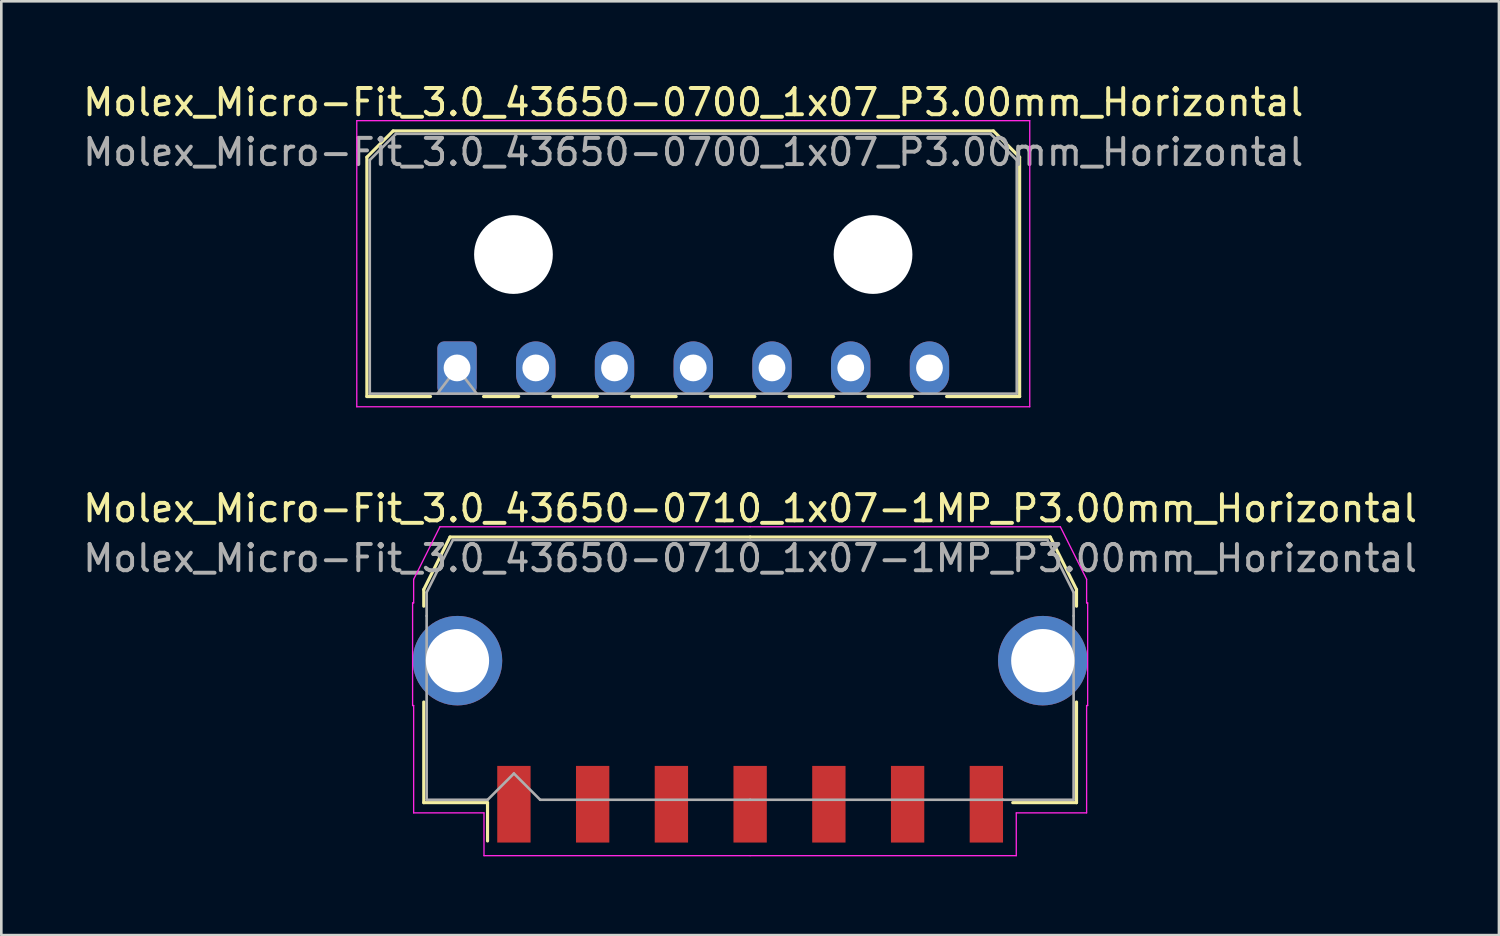
<source format=kicad_pcb>
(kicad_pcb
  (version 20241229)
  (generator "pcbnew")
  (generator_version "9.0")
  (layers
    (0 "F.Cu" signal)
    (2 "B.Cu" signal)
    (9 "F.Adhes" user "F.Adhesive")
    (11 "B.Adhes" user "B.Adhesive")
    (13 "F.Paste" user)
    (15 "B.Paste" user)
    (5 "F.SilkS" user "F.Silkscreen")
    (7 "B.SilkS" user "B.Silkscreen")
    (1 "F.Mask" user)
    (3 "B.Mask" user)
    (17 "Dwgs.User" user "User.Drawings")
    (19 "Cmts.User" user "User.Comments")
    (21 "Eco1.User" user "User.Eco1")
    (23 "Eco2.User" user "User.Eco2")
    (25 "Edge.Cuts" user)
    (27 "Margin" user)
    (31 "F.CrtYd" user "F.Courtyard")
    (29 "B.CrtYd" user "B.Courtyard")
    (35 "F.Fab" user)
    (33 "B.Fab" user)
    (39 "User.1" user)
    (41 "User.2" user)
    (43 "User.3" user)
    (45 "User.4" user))
  (footprint "Molex_Micro-Fit_3.0_43650-0710_1x07-1MP_P3.00mm_Horizontal"
    (layer "F.Cu")
    (at 25.53 22.471)
    (property "Reference" "Molex_Micro-Fit_3.0_43650-0710_1x07-1MP_P3.00mm_Horizontal" (at 0 -6.15 0) (layer "F.SilkS") (effects (font (size 1 1) (thickness 0.15))))
    (attr smd)
    (fp_line (start -12.435 -3.06) (end -12.435 -2.425) (stroke (width 0.12) (type solid)) (layer "F.SilkS"))
    (fp_line (start -12.435 1.225) (end -12.435 5.06) (stroke (width 0.12) (type solid)) (layer "F.SilkS"))
    (fp_line (start -12.435 5.06) (end -10.005 5.06) (stroke (width 0.12) (type solid)) (layer "F.SilkS"))
    (fp_line (start -11.435 -5.06) (end -12.435 -3.06) (stroke (width 0.12) (type solid)) (layer "F.SilkS"))
    (fp_line (start -10.005 5.06) (end -10.005 6.52) (stroke (width 0.12) (type solid)) (layer "F.SilkS"))
    (fp_line (start 0 -5.06) (end -11.435 -5.06) (stroke (width 0.12) (type solid)) (layer "F.SilkS"))
    (fp_line (start 0 -5.06) (end 11.435 -5.06) (stroke (width 0.12) (type solid)) (layer "F.SilkS"))
    (fp_line (start 11.435 -5.06) (end 12.435 -3.06) (stroke (width 0.12) (type solid)) (layer "F.SilkS"))
    (fp_line (start 12.435 -3.06) (end 12.435 -2.425) (stroke (width 0.12) (type solid)) (layer "F.SilkS"))
    (fp_line (start 12.435 1.225) (end 12.435 5.06) (stroke (width 0.12) (type solid)) (layer "F.SilkS"))
    (fp_line (start 12.435 5.06) (end 10.005 5.06) (stroke (width 0.12) (type solid)) (layer "F.SilkS"))
    (fp_line (start -12.86 -2.55) (end -12.86 1.36) (stroke (width 0.05) (type solid)) (layer "F.CrtYd"))
    (fp_line (start -12.86 1.36) (end -12.82 1.36) (stroke (width 0.05) (type solid)) (layer "F.CrtYd"))
    (fp_line (start -12.82 -3.45) (end -12.82 -2.55) (stroke (width 0.05) (type solid)) (layer "F.CrtYd"))
    (fp_line (start -12.82 -2.55) (end -12.86 -2.55) (stroke (width 0.05) (type solid)) (layer "F.CrtYd"))
    (fp_line (start -12.82 1.36) (end -12.82 5.45) (stroke (width 0.05) (type solid)) (layer "F.CrtYd"))
    (fp_line (start -12.82 5.45) (end -10.14 5.45) (stroke (width 0.05) (type solid)) (layer "F.CrtYd"))
    (fp_line (start -11.82 -5.45) (end -12.82 -3.45) (stroke (width 0.05) (type solid)) (layer "F.CrtYd"))
    (fp_line (start -10.14 5.45) (end -10.14 7.08) (stroke (width 0.05) (type solid)) (layer "F.CrtYd"))
    (fp_line (start -10.14 7.08) (end 0 7.08) (stroke (width 0.05) (type solid)) (layer "F.CrtYd"))
    (fp_line (start 0 -5.45) (end -11.82 -5.45) (stroke (width 0.05) (type solid)) (layer "F.CrtYd"))
    (fp_line (start 0 -5.45) (end 11.82 -5.45) (stroke (width 0.05) (type solid)) (layer "F.CrtYd"))
    (fp_line (start 10.14 5.45) (end 10.14 7.08) (stroke (width 0.05) (type solid)) (layer "F.CrtYd"))
    (fp_line (start 10.14 7.08) (end 0 7.08) (stroke (width 0.05) (type solid)) (layer "F.CrtYd"))
    (fp_line (start 11.82 -5.45) (end 12.82 -3.45) (stroke (width 0.05) (type solid)) (layer "F.CrtYd"))
    (fp_line (start 12.82 -3.45) (end 12.82 -2.55) (stroke (width 0.05) (type solid)) (layer "F.CrtYd"))
    (fp_line (start 12.82 -2.55) (end 12.86 -2.55) (stroke (width 0.05) (type solid)) (layer "F.CrtYd"))
    (fp_line (start 12.82 1.36) (end 12.82 5.45) (stroke (width 0.05) (type solid)) (layer "F.CrtYd"))
    (fp_line (start 12.82 5.45) (end 10.14 5.45) (stroke (width 0.05) (type solid)) (layer "F.CrtYd"))
    (fp_line (start 12.86 -2.55) (end 12.86 1.36) (stroke (width 0.05) (type solid)) (layer "F.CrtYd"))
    (fp_line (start 12.86 1.36) (end 12.82 1.36) (stroke (width 0.05) (type solid)) (layer "F.CrtYd"))
    (fp_line (start -12.325 -2.95) (end -12.325 -2.055) (stroke (width 0.1) (type solid)) (layer "F.Fab"))
    (fp_line (start -12.325 -2.055) (end -12.325 4.95) (stroke (width 0.1) (type solid)) (layer "F.Fab"))
    (fp_line (start -12.325 4.95) (end -10 4.95) (stroke (width 0.1) (type solid)) (layer "F.Fab"))
    (fp_line (start -11.325 -4.95) (end -12.325 -2.95) (stroke (width 0.1) (type solid)) (layer "F.Fab"))
    (fp_line (start -10 4.95) (end -9 3.95) (stroke (width 0.1) (type solid)) (layer "F.Fab"))
    (fp_line (start -9 3.95) (end -8 4.95) (stroke (width 0.1) (type solid)) (layer "F.Fab"))
    (fp_line (start -8 4.95) (end 0 4.95) (stroke (width 0.1) (type solid)) (layer "F.Fab"))
    (fp_line (start 0 -4.95) (end -11.325 -4.95) (stroke (width 0.1) (type solid)) (layer "F.Fab"))
    (fp_line (start 0 -4.95) (end 11.325 -4.95) (stroke (width 0.1) (type solid)) (layer "F.Fab"))
    (fp_line (start 9.635 4.95) (end 0 4.95) (stroke (width 0.1) (type solid)) (layer "F.Fab"))
    (fp_line (start 11.325 -4.95) (end 12.325 -2.95) (stroke (width 0.1) (type solid)) (layer "F.Fab"))
    (fp_line (start 12.325 -2.95) (end 12.325 -2.055) (stroke (width 0.1) (type solid)) (layer "F.Fab"))
    (fp_line (start 12.325 -2.055) (end 12.325 4.95) (stroke (width 0.1) (type solid)) (layer "F.Fab"))
    (fp_line (start 12.325 4.95) (end 9.635 4.95) (stroke (width 0.1) (type solid)) (layer "F.Fab"))
    (fp_text user "${REFERENCE}" (at 0 -4.25 0) (layer "F.Fab") (effects (font (size 1 1) (thickness 0.15))))
    (pad "1" smd rect (at -9 5.12) (size 1.27 2.92) (layers "F.Cu" "F.Mask" "F.Paste"))
    (pad "2" smd rect (at -6 5.12) (size 1.27 2.92) (layers "F.Cu" "F.Mask" "F.Paste"))
    (pad "3" smd rect (at -3 5.12) (size 1.27 2.92) (layers "F.Cu" "F.Mask" "F.Paste"))
    (pad "4" smd rect (at 0 5.12) (size 1.27 2.92) (layers "F.Cu" "F.Mask" "F.Paste"))
    (pad "5" smd rect (at 3 5.12) (size 1.27 2.92) (layers "F.Cu" "F.Mask" "F.Paste"))
    (pad "6" smd rect (at 6 5.12) (size 1.27 2.92) (layers "F.Cu" "F.Mask" "F.Paste"))
    (pad "7" smd rect (at 9 5.12) (size 1.27 2.92) (layers "F.Cu" "F.Mask" "F.Paste"))
    (pad "MP" thru_hole circle (at -11.15 -0.35) (size 3.41 3.41) (drill 2.41) (layers "*.Cu" "*.Mask"))
    (pad "MP" thru_hole circle (at 11.15 -0.35) (size 3.41 3.41) (drill 2.41) (layers "*.Cu" "*.Mask")))
  (footprint "Molex_Micro-Fit_3.0_43650-0700_1x07_P3.00mm_Horizontal"
    (layer "F.Cu")
    (at 14.363 10.968)
    (property "Reference" "Molex_Micro-Fit_3.0_43650-0700_1x07_P3.00mm_Horizontal" (at 9 -10.12 0) (layer "F.SilkS") (effects (font (size 1 1) (thickness 0.15))))
    (attr through_hole)
    (fp_line (start -3.435 -8.03) (end -2.435 -9.03) (stroke (width 0.12) (type solid)) (layer "F.SilkS"))
    (fp_line (start -3.435 1.09) (end -3.435 -8.03) (stroke (width 0.12) (type solid)) (layer "F.SilkS"))
    (fp_line (start -3.435 1.09) (end -1.01 1.09) (stroke (width 0.12) (type solid)) (layer "F.SilkS"))
    (fp_line (start -2.435 -9.03) (end 20.435 -9.03) (stroke (width 0.12) (type solid)) (layer "F.SilkS"))
    (fp_line (start 1.01 1.09) (end 2.348 1.09) (stroke (width 0.12) (type solid)) (layer "F.SilkS"))
    (fp_line (start 3.652 1.09) (end 5.348 1.09) (stroke (width 0.12) (type solid)) (layer "F.SilkS"))
    (fp_line (start 6.652 1.09) (end 8.348 1.09) (stroke (width 0.12) (type solid)) (layer "F.SilkS"))
    (fp_line (start 9.652 1.09) (end 11.348 1.09) (stroke (width 0.12) (type solid)) (layer "F.SilkS"))
    (fp_line (start 12.652 1.09) (end 14.348 1.09) (stroke (width 0.12) (type solid)) (layer "F.SilkS"))
    (fp_line (start 15.652 1.09) (end 17.348 1.09) (stroke (width 0.12) (type solid)) (layer "F.SilkS"))
    (fp_line (start 20.435 -9.03) (end 21.435 -8.03) (stroke (width 0.12) (type solid)) (layer "F.SilkS"))
    (fp_line (start 21.435 -8.03) (end 21.435 1.09) (stroke (width 0.12) (type solid)) (layer "F.SilkS"))
    (fp_line (start 21.435 1.09) (end 18.652 1.09) (stroke (width 0.12) (type solid)) (layer "F.SilkS"))
    (fp_line (start -3.82 -9.42) (end 21.82 -9.42) (stroke (width 0.05) (type solid)) (layer "F.CrtYd"))
    (fp_line (start -3.82 1.48) (end -3.82 -9.42) (stroke (width 0.05) (type solid)) (layer "F.CrtYd"))
    (fp_line (start 21.82 -9.42) (end 21.82 1.48) (stroke (width 0.05) (type solid)) (layer "F.CrtYd"))
    (fp_line (start 21.82 1.48) (end -3.82 1.48) (stroke (width 0.05) (type solid)) (layer "F.CrtYd"))
    (fp_line (start -3.325 -7.92) (end -2.325 -8.92) (stroke (width 0.1) (type solid)) (layer "F.Fab"))
    (fp_line (start -3.325 0.98) (end -3.325 -7.92) (stroke (width 0.1) (type solid)) (layer "F.Fab"))
    (fp_line (start -2.325 -8.92) (end 20.325 -8.92) (stroke (width 0.1) (type solid)) (layer "F.Fab"))
    (fp_line (start -0.75 0.98) (end 0 0) (stroke (width 0.1) (type solid)) (layer "F.Fab"))
    (fp_line (start 0 0) (end 0.75 0.98) (stroke (width 0.1) (type solid)) (layer "F.Fab"))
    (fp_line (start 20.325 -8.92) (end 21.325 -7.92) (stroke (width 0.1) (type solid)) (layer "F.Fab"))
    (fp_line (start 21.325 -7.92) (end 21.325 0.98) (stroke (width 0.1) (type solid)) (layer "F.Fab"))
    (fp_line (start 21.325 0.98) (end -3.325 0.98) (stroke (width 0.1) (type solid)) (layer "F.Fab"))
    (fp_text user "${REFERENCE}" (at 9 -8.22 0) (layer "F.Fab") (effects (font (size 1 1) (thickness 0.15))))
    (pad "" np_thru_hole circle (at 2.15 -4.32) (size 3 3) (drill 3) (layers "*.Cu" "*.Mask"))
    (pad "" np_thru_hole circle (at 15.85 -4.32) (size 3 3) (drill 3) (layers "*.Cu" "*.Mask"))
    (pad "1" thru_hole roundrect (at 0 0) (size 1.5 2.02) (drill 1.02) (layers "*.Cu" "*.Mask") (roundrect_rratio 0.167))
    (pad "2" thru_hole oval (at 3 0) (size 1.5 2.02) (drill 1.02) (layers "*.Cu" "*.Mask"))
    (pad "3" thru_hole oval (at 6 0) (size 1.5 2.02) (drill 1.02) (layers "*.Cu" "*.Mask"))
    (pad "4" thru_hole oval (at 9 0) (size 1.5 2.02) (drill 1.02) (layers "*.Cu" "*.Mask"))
    (pad "5" thru_hole oval (at 12 0) (size 1.5 2.02) (drill 1.02) (layers "*.Cu" "*.Mask"))
    (pad "6" thru_hole oval (at 15 0) (size 1.5 2.02) (drill 1.02) (layers "*.Cu" "*.Mask"))
    (pad "7" thru_hole oval (at 18 0) (size 1.5 2.02) (drill 1.02) (layers "*.Cu" "*.Mask")))
  (gr_rect
    (start -3 -3)
    (end 54.06 32.577)
    (stroke (width 0.1) (type default))
    (fill no)
    (layer "Edge.Cuts")))
</source>
